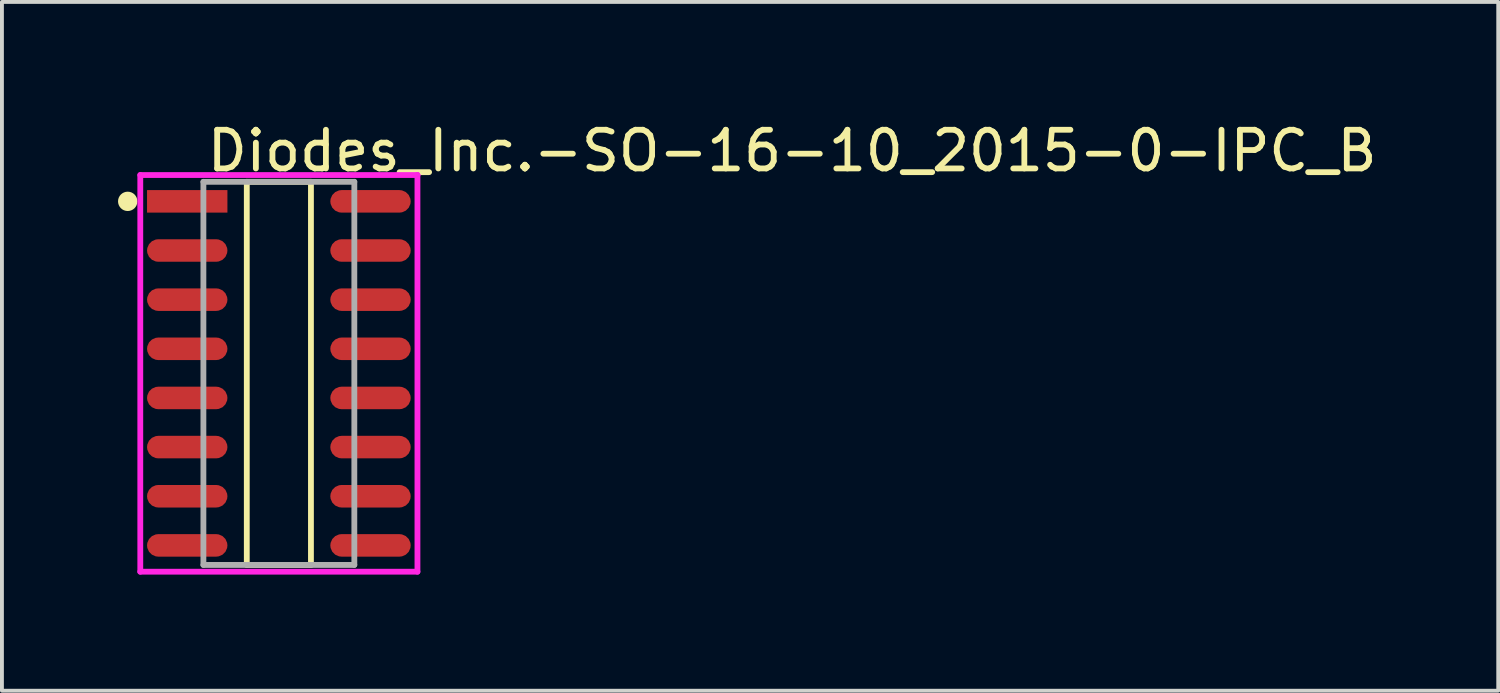
<source format=kicad_pcb>
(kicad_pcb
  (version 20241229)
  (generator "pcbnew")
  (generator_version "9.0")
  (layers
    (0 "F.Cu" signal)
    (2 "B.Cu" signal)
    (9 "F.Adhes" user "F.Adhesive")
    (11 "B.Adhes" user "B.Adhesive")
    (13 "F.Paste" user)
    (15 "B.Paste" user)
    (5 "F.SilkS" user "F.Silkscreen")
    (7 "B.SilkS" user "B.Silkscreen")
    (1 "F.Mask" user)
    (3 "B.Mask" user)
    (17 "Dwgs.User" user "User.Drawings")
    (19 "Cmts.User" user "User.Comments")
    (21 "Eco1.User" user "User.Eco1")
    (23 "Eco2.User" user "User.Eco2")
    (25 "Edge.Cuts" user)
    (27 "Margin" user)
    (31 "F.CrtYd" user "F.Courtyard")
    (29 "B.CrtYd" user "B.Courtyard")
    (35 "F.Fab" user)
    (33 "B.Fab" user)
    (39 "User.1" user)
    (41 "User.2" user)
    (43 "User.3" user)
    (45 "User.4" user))
  (footprint "Diodes_Inc.-SO-16-10_2015-0-IPC_B"
    (layer "F.Cu")
    (at 4.156 6.598)
    (property "Reference" "Diodes_Inc.-SO-16-10_2015-0-IPC_B" (at -1.931 -5.75 0) (layer "F.SilkS") (effects (font (size 1 1) (thickness 0.15)) (justify left)))
    (attr through_hole)
    (fp_line (start -0.829 -4.95) (end 0.829 -4.95) (stroke (width 0.15) (type solid)) (layer "F.SilkS"))
    (fp_line (start -0.829 4.95) (end -0.829 -4.95) (stroke (width 0.15) (type solid)) (layer "F.SilkS"))
    (fp_line (start 0.829 -4.95) (end 0.829 4.95) (stroke (width 0.15) (type solid)) (layer "F.SilkS"))
    (fp_line (start 0.829 4.95) (end -0.829 4.95) (stroke (width 0.15) (type solid)) (layer "F.SilkS"))
    (fp_circle (center -3.906 -4.445) (end -3.781 -4.445) (stroke (width 0.25) (type solid)) (fill no) (layer "F.SilkS"))
    (fp_line (start -3.581 -5.125) (end -3.581 5.125) (stroke (width 0.15) (type solid)) (layer "F.CrtYd"))
    (fp_line (start -3.581 5.125) (end 3.581 5.125) (stroke (width 0.15) (type solid)) (layer "F.CrtYd"))
    (fp_line (start 3.581 -5.125) (end -3.581 -5.125) (stroke (width 0.15) (type solid)) (layer "F.CrtYd"))
    (fp_line (start 3.581 -5.125) (end 3.581 -5.125) (stroke (width 0.15) (type solid)) (layer "F.CrtYd"))
    (fp_line (start 3.581 5.125) (end 3.581 -5.125) (stroke (width 0.15) (type solid)) (layer "F.CrtYd"))
    (fp_line (start -1.95 -4.95) (end 1.95 -4.95) (stroke (width 0.15) (type solid)) (layer "F.Fab"))
    (fp_line (start -1.95 4.95) (end -1.95 -4.95) (stroke (width 0.15) (type solid)) (layer "F.Fab"))
    (fp_line (start 1.95 -4.95) (end 1.95 4.95) (stroke (width 0.15) (type solid)) (layer "F.Fab"))
    (fp_line (start 1.95 4.95) (end -1.95 4.95) (stroke (width 0.15) (type solid)) (layer "F.Fab"))
    (pad "1" smd rect (at -2.368 -4.445) (size 2.077 0.582) (layers "F.Cu" "F.Mask" "F.Paste"))
    (pad "2" smd roundrect (at -2.368 -3.175) (size 2.077 0.582) (layers "F.Cu" "F.Mask" "F.Paste") (roundrect_rratio 0.5))
    (pad "3" smd roundrect (at -2.368 -1.905) (size 2.077 0.582) (layers "F.Cu" "F.Mask" "F.Paste") (roundrect_rratio 0.5))
    (pad "4" smd roundrect (at -2.368 -0.635) (size 2.077 0.582) (layers "F.Cu" "F.Mask" "F.Paste") (roundrect_rratio 0.5))
    (pad "5" smd roundrect (at -2.368 0.635) (size 2.077 0.582) (layers "F.Cu" "F.Mask" "F.Paste") (roundrect_rratio 0.5))
    (pad "6" smd roundrect (at -2.368 1.905) (size 2.077 0.582) (layers "F.Cu" "F.Mask" "F.Paste") (roundrect_rratio 0.5))
    (pad "7" smd roundrect (at -2.368 3.175) (size 2.077 0.582) (layers "F.Cu" "F.Mask" "F.Paste") (roundrect_rratio 0.5))
    (pad "8" smd roundrect (at -2.368 4.445) (size 2.077 0.582) (layers "F.Cu" "F.Mask" "F.Paste") (roundrect_rratio 0.5))
    (pad "9" smd roundrect (at 2.368 4.445) (size 2.077 0.582) (layers "F.Cu" "F.Mask" "F.Paste") (roundrect_rratio 0.5))
    (pad "10" smd roundrect (at 2.368 3.175) (size 2.077 0.582) (layers "F.Cu" "F.Mask" "F.Paste") (roundrect_rratio 0.5))
    (pad "11" smd roundrect (at 2.368 1.905) (size 2.077 0.582) (layers "F.Cu" "F.Mask" "F.Paste") (roundrect_rratio 0.5))
    (pad "12" smd roundrect (at 2.368 0.635) (size 2.077 0.582) (layers "F.Cu" "F.Mask" "F.Paste") (roundrect_rratio 0.5))
    (pad "13" smd roundrect (at 2.368 -0.635) (size 2.077 0.582) (layers "F.Cu" "F.Mask" "F.Paste") (roundrect_rratio 0.5))
    (pad "14" smd roundrect (at 2.368 -1.905) (size 2.077 0.582) (layers "F.Cu" "F.Mask" "F.Paste") (roundrect_rratio 0.5))
    (pad "15" smd roundrect (at 2.368 -3.175) (size 2.077 0.582) (layers "F.Cu" "F.Mask" "F.Paste") (roundrect_rratio 0.5))
    (pad "16" smd roundrect (at 2.368 -4.445) (size 2.077 0.582) (layers "F.Cu" "F.Mask" "F.Paste") (roundrect_rratio 0.5)))
  (gr_rect
    (start -3 -3)
    (end 35.665 14.798)
    (stroke (width 0.1) (type default))
    (fill no)
    (layer "Edge.Cuts")))
</source>
